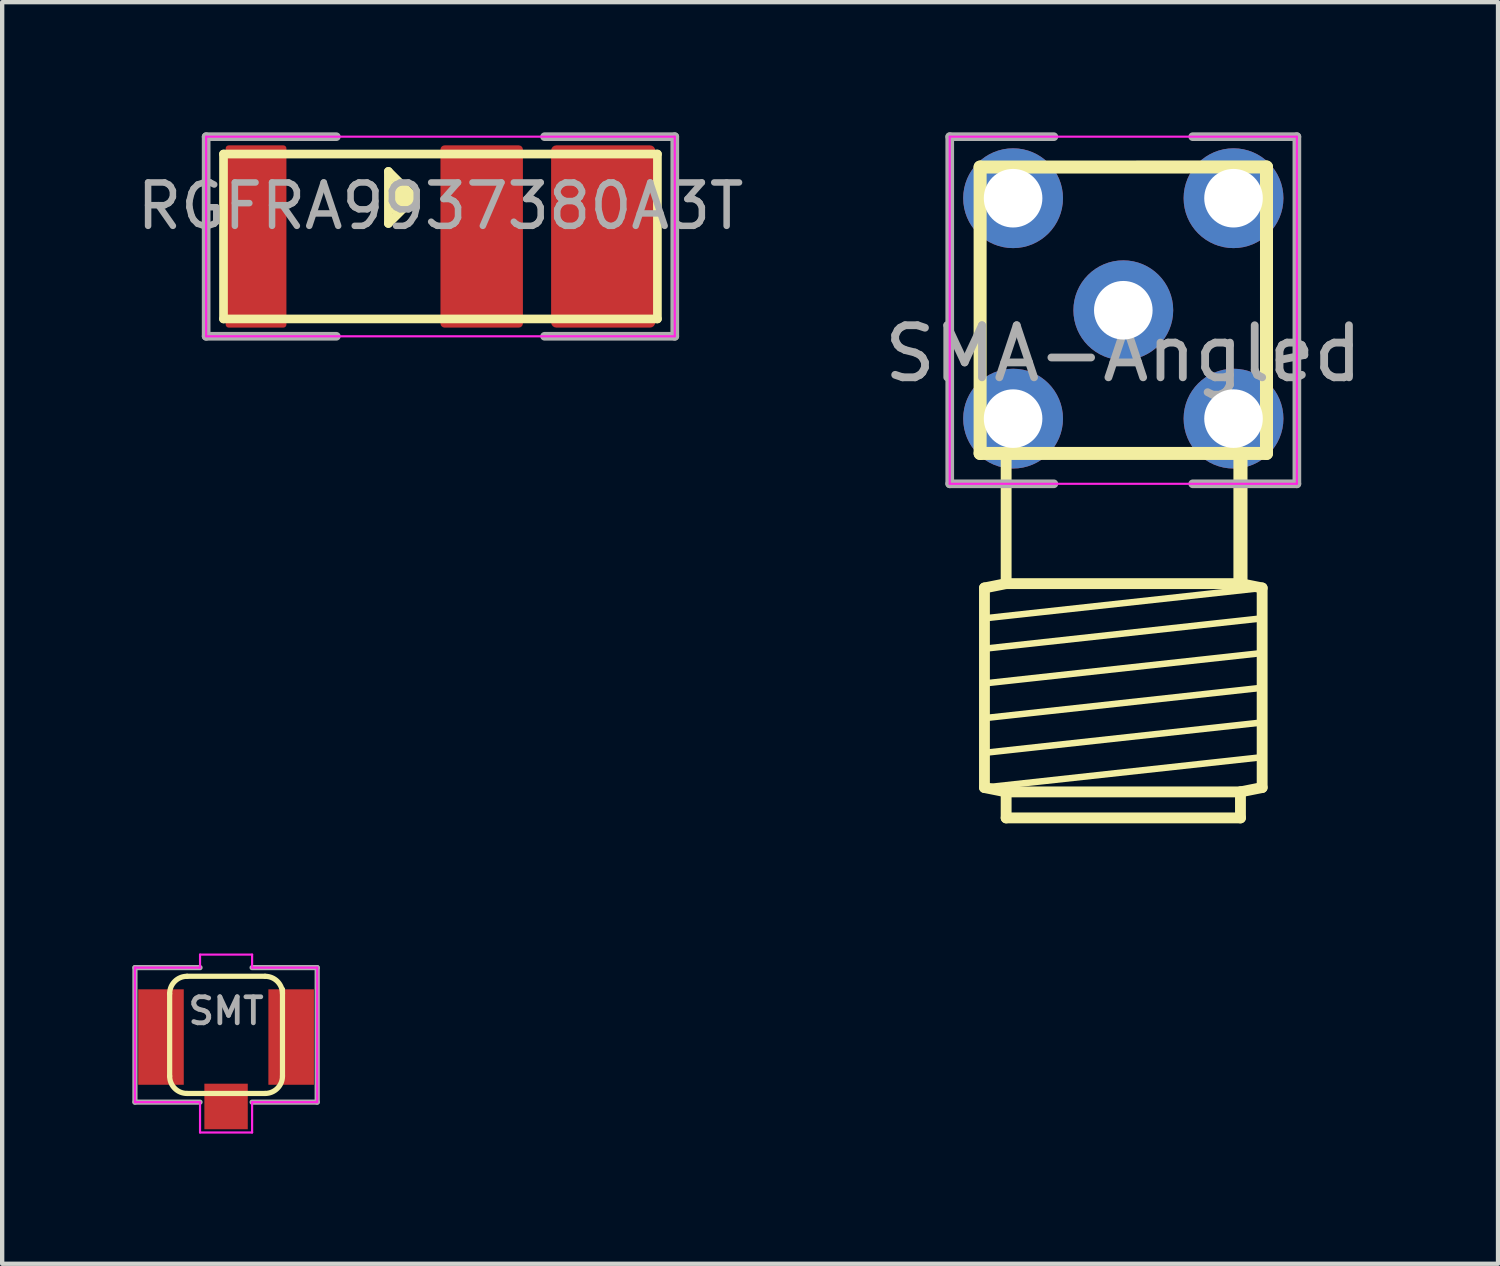
<source format=kicad_pcb>
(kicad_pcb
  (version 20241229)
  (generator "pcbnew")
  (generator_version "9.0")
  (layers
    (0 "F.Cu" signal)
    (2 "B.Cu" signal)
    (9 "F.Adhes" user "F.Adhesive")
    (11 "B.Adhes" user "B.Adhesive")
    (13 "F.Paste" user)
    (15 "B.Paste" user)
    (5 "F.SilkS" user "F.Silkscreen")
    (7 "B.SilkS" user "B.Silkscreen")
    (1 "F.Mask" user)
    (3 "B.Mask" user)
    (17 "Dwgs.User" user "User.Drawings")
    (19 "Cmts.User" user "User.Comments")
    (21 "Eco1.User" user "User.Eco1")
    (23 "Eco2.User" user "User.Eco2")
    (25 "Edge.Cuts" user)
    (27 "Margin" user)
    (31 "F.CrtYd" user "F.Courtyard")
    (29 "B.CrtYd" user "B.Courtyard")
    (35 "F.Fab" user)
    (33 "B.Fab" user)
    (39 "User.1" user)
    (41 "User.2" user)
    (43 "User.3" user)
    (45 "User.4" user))
  (footprint "SMA-Angled"
    (layer "F.Cu")
    (at 22.838 4.1)
    (property "Reference" "SMA-Angled" (at 0 1 0) (layer "F.Fab") (effects (font (size 1.2 1.2) (thickness 0.18))))
    (attr through_hole)
    (fp_line (start -3.3 -3.3) (end 3.3 -3.302) (stroke (width 0.3) (type solid)) (layer "F.SilkS"))
    (fp_line (start -3.3 3.3) (end -3.3 -3.3) (stroke (width 0.3) (type solid)) (layer "F.SilkS"))
    (fp_line (start -3.2 6.4) (end -3.2 11) (stroke (width 0.25) (type solid)) (layer "F.SilkS"))
    (fp_line (start -3.2 6.4) (end -2.7 6.3) (stroke (width 0.25) (type solid)) (layer "F.SilkS"))
    (fp_line (start -3.2 7.1) (end 3.2 6.4) (stroke (width 0.15) (type solid)) (layer "F.SilkS"))
    (fp_line (start -3.2 7.8) (end 3.2 7.1) (stroke (width 0.15) (type solid)) (layer "F.SilkS"))
    (fp_line (start -3.2 8.6) (end 3.2 7.9) (stroke (width 0.15) (type solid)) (layer "F.SilkS"))
    (fp_line (start -3.2 9.4) (end 3.2 8.7) (stroke (width 0.15) (type solid)) (layer "F.SilkS"))
    (fp_line (start -3.2 10.2) (end 3.2 9.5) (stroke (width 0.15) (type solid)) (layer "F.SilkS"))
    (fp_line (start -3.2 11) (end -2.7 11.1) (stroke (width 0.25) (type solid)) (layer "F.SilkS"))
    (fp_line (start -3.2 11) (end 3.2 10.3) (stroke (width 0.15) (type solid)) (layer "F.SilkS"))
    (fp_line (start -2.7 6.3) (end -2.7 3.3) (stroke (width 0.25) (type solid)) (layer "F.SilkS"))
    (fp_line (start -2.7 6.3) (end 2.7 6.3) (stroke (width 0.25) (type solid)) (layer "F.SilkS"))
    (fp_line (start -2.7 11.1) (end 2.7 11.1) (stroke (width 0.25) (type solid)) (layer "F.SilkS"))
    (fp_line (start -2.7 11.7) (end -2.7 11.1) (stroke (width 0.25) (type solid)) (layer "F.SilkS"))
    (fp_line (start -2.7 11.7) (end 2.7 11.7) (stroke (width 0.25) (type solid)) (layer "F.SilkS"))
    (fp_line (start 2.7 3.3) (end 2.7 6.3) (stroke (width 0.325) (type solid)) (layer "F.SilkS"))
    (fp_line (start 2.7 6.3) (end 3.2 6.4) (stroke (width 0.25) (type solid)) (layer "F.SilkS"))
    (fp_line (start 2.7 11.1) (end 3.2 11) (stroke (width 0.25) (type solid)) (layer "F.SilkS"))
    (fp_line (start 2.7 11.7) (end 2.7 11.1) (stroke (width 0.25) (type solid)) (layer "F.SilkS"))
    (fp_line (start 3.2 6.4) (end 3.2 11) (stroke (width 0.25) (type solid)) (layer "F.SilkS"))
    (fp_line (start 3.3 -3.3) (end 3.3 3.3) (stroke (width 0.3) (type solid)) (layer "F.SilkS"))
    (fp_line (start 3.3 3.3) (end -3.3 3.3) (stroke (width 0.3) (type solid)) (layer "F.SilkS"))
    (fp_line (start -4 -4) (end -4 4) (stroke (width 0.05) (type solid)) (layer "F.CrtYd"))
    (fp_line (start -4 4) (end 4 4) (stroke (width 0.05) (type solid)) (layer "F.CrtYd"))
    (fp_line (start 4 -4) (end -4 -4) (stroke (width 0.05) (type solid)) (layer "F.CrtYd"))
    (fp_line (start 4 4) (end 4 -4) (stroke (width 0.05) (type solid)) (layer "F.CrtYd"))
    (fp_line (start -4 -4) (end -4 4) (stroke (width 0.2) (type solid)) (layer "F.Fab"))
    (fp_line (start -4 -4) (end -1.6 -4) (stroke (width 0.2) (type solid)) (layer "F.Fab"))
    (fp_line (start -4 4) (end -1.6 4) (stroke (width 0.2) (type solid)) (layer "F.Fab"))
    (fp_line (start 1.6 4) (end 4 4) (stroke (width 0.2) (type solid)) (layer "F.Fab"))
    (fp_line (start 4 -4) (end 1.6 -4) (stroke (width 0.2) (type solid)) (layer "F.Fab"))
    (fp_line (start 4 -4) (end 4 4) (stroke (width 0.2) (type solid)) (layer "F.Fab"))
    (pad "1" thru_hole circle (at 0 0) (size 2.3 2.3) (drill 1.35) (layers "*.Cu" "*.Mask"))
    (pad "2" thru_hole circle (at -2.54 -2.582) (size 2.3 2.3) (drill 1.35) (layers "*.Cu" "*.Mask"))
    (pad "2" thru_hole circle (at -2.54 2.498) (size 2.3 2.3) (drill 1.35) (layers "*.Cu" "*.Mask"))
    (pad "2" thru_hole circle (at 2.54 -2.582) (size 2.3 2.3) (drill 1.35) (layers "*.Cu" "*.Mask"))
    (pad "2" thru_hole circle (at 2.54 2.498) (size 2.3 2.3) (drill 1.35) (layers "*.Cu" "*.Mask")))
  (footprint "RGFRA9937380A3T"
    (layer "F.Cu")
    (at 7.101 2.5)
    (property "Reference" "RGFRA9937380A3T" (at 0 -0.8 180) (layer "F.Fab") (effects (font (size 1 1) (thickness 0.15))))
    (attr through_hole)
    (fp_line (start -5 -2) (end -5 1.8) (stroke (width 0.2) (type solid)) (layer "F.SilkS"))
    (fp_line (start -5 1.8) (end 5 1.8) (stroke (width 0.2) (type solid)) (layer "F.SilkS"))
    (fp_line (start -1.2 -1.6) (end -1.2 -0.4) (stroke (width 0.2) (type solid)) (layer "F.SilkS"))
    (fp_line (start -1.2 -0.4) (end -0.6 -1) (stroke (width 0.2) (type solid)) (layer "F.SilkS"))
    (fp_line (start -1 -1.2) (end -1 -0.8) (stroke (width 0.4) (type solid)) (layer "F.SilkS"))
    (fp_line (start -1 -1) (end -0.8 -1) (stroke (width 0.4) (type solid)) (layer "F.SilkS"))
    (fp_line (start -0.6 -1) (end -1.2 -1.6) (stroke (width 0.2) (type solid)) (layer "F.SilkS"))
    (fp_line (start 5 -2) (end -5 -2) (stroke (width 0.2) (type solid)) (layer "F.SilkS"))
    (fp_line (start 5 1.8) (end 5 -2) (stroke (width 0.2) (type solid)) (layer "F.SilkS"))
    (fp_line (start -5.4 -2.4) (end 5.4 -2.4) (stroke (width 0.05) (type solid)) (layer "F.CrtYd"))
    (fp_line (start -5.4 2.2) (end -5.4 -2.4) (stroke (width 0.05) (type solid)) (layer "F.CrtYd"))
    (fp_line (start 5.4 -2.4) (end 5.4 2.2) (stroke (width 0.05) (type solid)) (layer "F.CrtYd"))
    (fp_line (start 5.4 2.2) (end -5.4 2.2) (stroke (width 0.05) (type solid)) (layer "F.CrtYd"))
    (fp_line (start -5.4 -2.4) (end -5.4 2.2) (stroke (width 0.2) (type solid)) (layer "F.Fab"))
    (fp_line (start -5.4 -2.4) (end -2.4 -2.4) (stroke (width 0.2) (type solid)) (layer "F.Fab"))
    (fp_line (start -5.4 2.2) (end -2.4 2.2) (stroke (width 0.2) (type solid)) (layer "F.Fab"))
    (fp_line (start 2.4 -2.4) (end 5.4 -2.4) (stroke (width 0.2) (type solid)) (layer "F.Fab"))
    (fp_line (start 2.4 2.2) (end 5.4 2.2) (stroke (width 0.2) (type solid)) (layer "F.Fab"))
    (fp_line (start 5.4 -2.4) (end 5.4 2.2) (stroke (width 0.2) (type solid)) (layer "F.Fab"))
    (pad "1" smd roundrect (at 0.95 -0.1) (size 1.9 4.2) (layers "F.Cu" "F.Mask" "F.Paste") (roundrect_rratio 0.05))
    (pad "2" smd roundrect (at -4.25 -0.1) (size 1.4 4.2) (layers "F.Cu" "F.Mask" "F.Paste") (roundrect_rratio 0.05))
    (pad "2" smd roundrect (at 3.75 -0.1) (size 2.4 4.2) (layers "F.Cu" "F.Mask" "F.Paste") (roundrect_rratio 0.05)))
  (footprint "SMT"
    (layer "F.Cu")
    (at 2.16 20.85)
    (property "Reference" "SMT" (at 0 -0.6 180) (layer "F.Fab") (effects (font (size 0.6 0.6) (thickness 0.11))))
    (attr through_hole)
    (fp_line (start -1.3 -1) (end -1.3 0.9) (stroke (width 0.12) (type solid)) (layer "F.SilkS"))
    (fp_line (start -0.9 1.3) (end 0.9 1.3) (stroke (width 0.12) (type solid)) (layer "F.SilkS"))
    (fp_line (start 0.9 -1.4) (end -0.9 -1.4) (stroke (width 0.12) (type solid)) (layer "F.SilkS"))
    (fp_line (start 1.3 0.9) (end 1.3 -1.1) (stroke (width 0.12) (type solid)) (layer "F.SilkS"))
    (fp_arc (start -1.3 -1) (mid -1.182843 -1.282843) (end -0.9 -1.4) (stroke (width 0.12) (type solid)) (layer "F.SilkS"))
    (fp_arc (start -0.9 1.3) (mid -1.182843 1.182843) (end -1.3 0.9) (stroke (width 0.12) (type solid)) (layer "F.SilkS"))
    (fp_arc (start 0.9 -1.4) (mid 1.182843 -1.282843) (end 1.3 -1) (stroke (width 0.12) (type solid)) (layer "F.SilkS"))
    (fp_arc (start 1.3 0.9) (mid 1.182843 1.182843) (end 0.9 1.3) (stroke (width 0.12) (type solid)) (layer "F.SilkS"))
    (fp_line (start -2.1 -1.6) (end -2.1 1.5) (stroke (width 0.05) (type solid)) (layer "F.CrtYd"))
    (fp_line (start -2.1 -1.6) (end -0.6 -1.6) (stroke (width 0.05) (type solid)) (layer "F.CrtYd"))
    (fp_line (start -0.6 -1.9) (end 0.6 -1.9) (stroke (width 0.05) (type solid)) (layer "F.CrtYd"))
    (fp_line (start -0.6 -1.6) (end -0.6 -1.9) (stroke (width 0.05) (type solid)) (layer "F.CrtYd"))
    (fp_line (start -0.6 1.5) (end -2.1 1.5) (stroke (width 0.05) (type solid)) (layer "F.CrtYd"))
    (fp_line (start -0.6 1.5) (end -0.6 2.2) (stroke (width 0.05) (type solid)) (layer "F.CrtYd"))
    (fp_line (start 0.6 -1.6) (end 0.6 -1.9) (stroke (width 0.05) (type solid)) (layer "F.CrtYd"))
    (fp_line (start 0.6 -1.6) (end 2.1 -1.6) (stroke (width 0.05) (type solid)) (layer "F.CrtYd"))
    (fp_line (start 0.6 1.5) (end 0.6 2.2) (stroke (width 0.05) (type solid)) (layer "F.CrtYd"))
    (fp_line (start 0.6 1.5) (end 2.1 1.5) (stroke (width 0.05) (type solid)) (layer "F.CrtYd"))
    (fp_line (start 0.6 2.2) (end -0.6 2.2) (stroke (width 0.05) (type solid)) (layer "F.CrtYd"))
    (fp_line (start 2.1 -1.6) (end 2.1 1.5) (stroke (width 0.05) (type solid)) (layer "F.CrtYd"))
    (fp_line (start -2.1 -1.6) (end -0.6 -1.6) (stroke (width 0.12) (type solid)) (layer "F.Fab"))
    (fp_line (start -2.1 1.5) (end -2.1 -1.6) (stroke (width 0.12) (type solid)) (layer "F.Fab"))
    (fp_line (start -2.1 1.5) (end -0.6 1.5) (stroke (width 0.12) (type solid)) (layer "F.Fab"))
    (fp_line (start 0.6 -1.6) (end 2.1 -1.6) (stroke (width 0.12) (type solid)) (layer "F.Fab"))
    (fp_line (start 0.6 1.5) (end 2.1 1.5) (stroke (width 0.12) (type solid)) (layer "F.Fab"))
    (fp_line (start 2.1 1.5) (end 2.1 -1.6) (stroke (width 0.12) (type solid)) (layer "F.Fab"))
    (pad "1" smd rect (at 0 1.6) (size 1 1.05) (layers "F.Cu" "F.Mask" "F.Paste"))
    (pad "2" smd rect (at -1.5 0) (size 1.05 2.2) (layers "F.Cu" "F.Mask" "F.Paste"))
    (pad "2" smd rect (at 1.5 0) (size 1.05 2.2) (layers "F.Cu" "F.Mask" "F.Paste")))
  (gr_rect
    (start -3 -3)
    (end 31.474 26.075)
    (stroke (width 0.1) (type default))
    (fill no)
    (layer "Edge.Cuts")))
</source>
